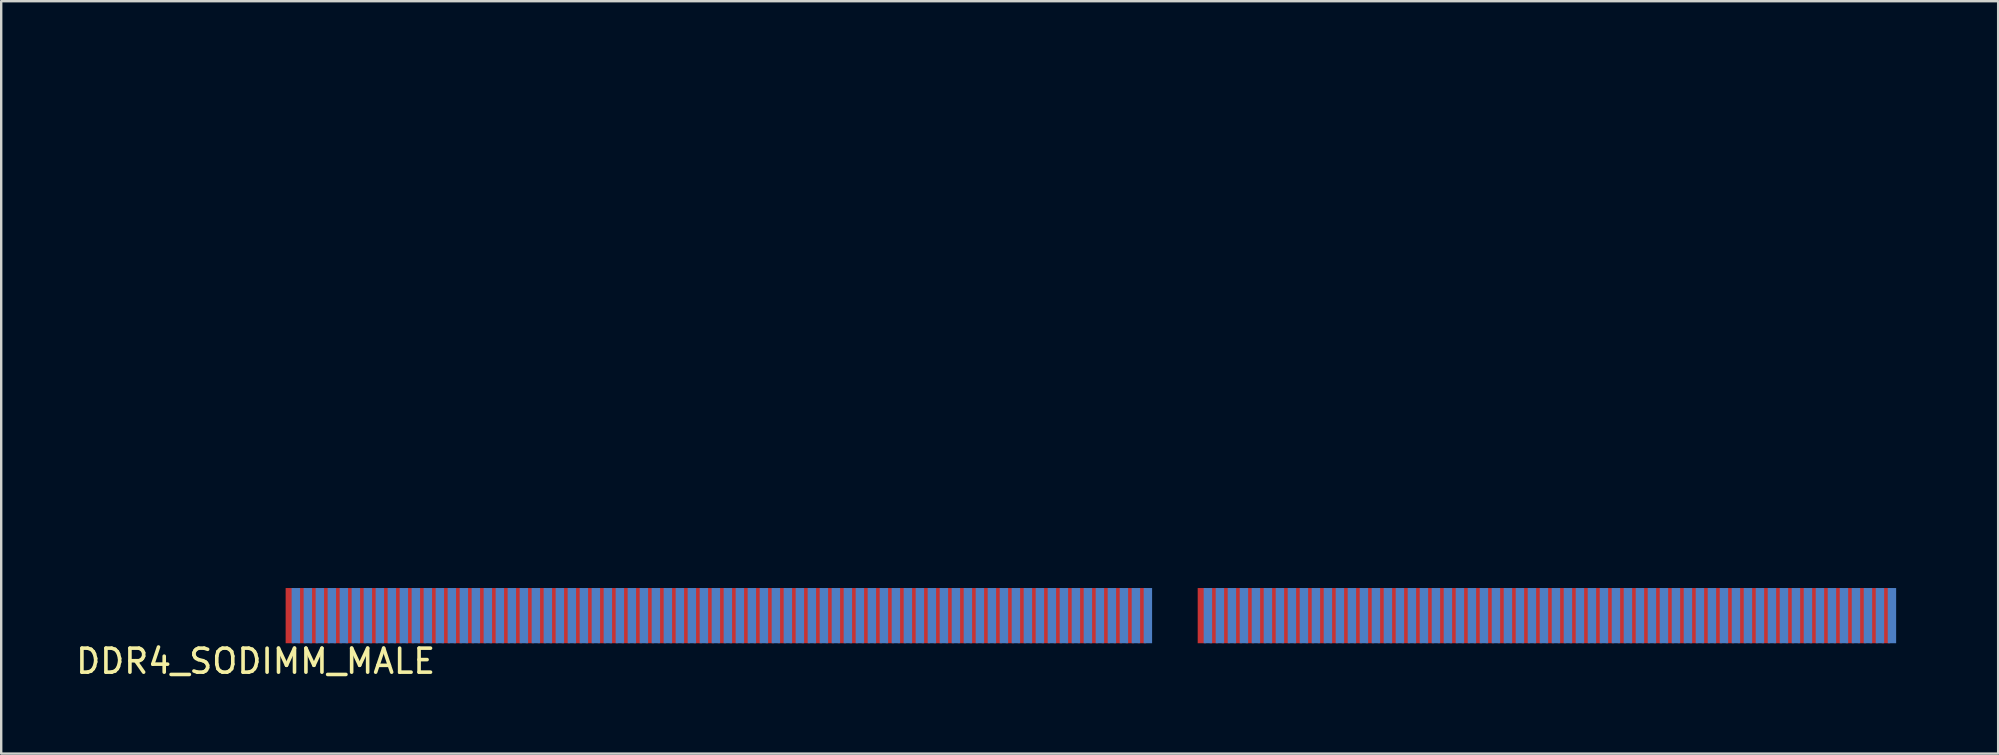
<source format=kicad_pcb>
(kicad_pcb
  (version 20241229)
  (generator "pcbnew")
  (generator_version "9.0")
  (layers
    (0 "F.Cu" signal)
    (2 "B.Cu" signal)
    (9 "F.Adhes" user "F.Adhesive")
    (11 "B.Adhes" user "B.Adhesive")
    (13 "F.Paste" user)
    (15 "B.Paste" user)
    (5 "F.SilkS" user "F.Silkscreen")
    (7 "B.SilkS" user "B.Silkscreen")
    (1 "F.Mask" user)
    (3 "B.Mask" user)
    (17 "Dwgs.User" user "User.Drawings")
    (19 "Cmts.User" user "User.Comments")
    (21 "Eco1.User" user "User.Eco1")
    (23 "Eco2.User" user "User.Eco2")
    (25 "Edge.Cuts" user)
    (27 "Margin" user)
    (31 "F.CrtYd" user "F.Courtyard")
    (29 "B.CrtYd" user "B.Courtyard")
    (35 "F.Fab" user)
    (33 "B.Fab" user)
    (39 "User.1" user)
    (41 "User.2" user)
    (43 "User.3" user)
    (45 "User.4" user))
  (footprint "DDR4_SODIMM_MALE"
    (layer "F.Cu")
    (at 7.601 24)
    (property "Reference" "DDR4_SODIMM_MALE" (at 0 0.5 0) (layer "F.SilkS") (effects (font (size 1 1) (thickness 0.15))))
    (attr through_hole)
    (fp_poly (pts (xy 0 -2.55) (xy 37.8 -2.55) (xy 37.8 0) (xy 0 0)) (stroke (width 0.001) (type solid)) (fill yes) (layer "F.Mask"))
    (fp_poly (pts (xy 38.8 -2.55) (xy 69.6 -2.55) (xy 69.6 0) (xy 38.8 0)) (stroke (width 0.001) (type solid)) (fill yes) (layer "F.Mask"))
    (fp_poly (pts (xy 0 -2.55) (xy 37.8 -2.55) (xy 37.8 0) (xy 0 0)) (stroke (width 0.001) (type solid)) (fill yes) (layer "B.Mask"))
    (fp_poly (pts (xy 38.8 -2.55) (xy 69.6 -2.55) (xy 69.6 0) (xy 38.8 0)) (stroke (width 0.001) (type solid)) (fill yes) (layer "B.Mask"))
    (fp_line (start 0 -24) (end 1 -24) (stroke (width 0.001) (type solid)) (layer "Edge.Cuts"))
    (fp_line (start 0 -20) (end 0 -0.25) (stroke (width 0.001) (type solid)) (layer "Edge.Cuts"))
    (fp_line (start 0 -20) (end 1 -20) (stroke (width 0.001) (type solid)) (layer "Edge.Cuts"))
    (fp_line (start 0.25 0) (end 37.8 0) (stroke (width 0.001) (type solid)) (layer "Edge.Cuts"))
    (fp_line (start 2 -21) (end 2 -23) (stroke (width 0.001) (type solid)) (layer "Edge.Cuts"))
    (fp_line (start 37.8 0) (end 37.8 -3.5) (stroke (width 0.001) (type solid)) (layer "Edge.Cuts"))
    (fp_line (start 38.8 0) (end 38.8 -3.5) (stroke (width 0.001) (type solid)) (layer "Edge.Cuts"))
    (fp_line (start 38.8 0) (end 69.35 0) (stroke (width 0.001) (type solid)) (layer "Edge.Cuts"))
    (fp_line (start 67.6 -21) (end 67.6 -23) (stroke (width 0.001) (type solid)) (layer "Edge.Cuts"))
    (fp_line (start 69.6 -24) (end 68.6 -24) (stroke (width 0.001) (type solid)) (layer "Edge.Cuts"))
    (fp_line (start 69.6 -20) (end 68.6 -20) (stroke (width 0.001) (type solid)) (layer "Edge.Cuts"))
    (fp_line (start 69.6 -20) (end 69.6 -0.25) (stroke (width 0.001) (type solid)) (layer "Edge.Cuts"))
    (fp_arc (start 0.25 0) (mid 0.073223 -0.073223) (end 0 -0.25) (stroke (width 0.001) (type solid)) (layer "Edge.Cuts"))
    (fp_arc (start 1 -24) (mid 1.707107 -23.707107) (end 2 -23) (stroke (width 0.001) (type solid)) (layer "Edge.Cuts"))
    (fp_arc (start 2 -21) (mid 1.707107 -20.292893) (end 1 -20) (stroke (width 0.001) (type solid)) (layer "Edge.Cuts"))
    (fp_arc (start 37.8 -3.5) (mid 38.3 -4) (end 38.8 -3.5) (stroke (width 0.001) (type solid)) (layer "Edge.Cuts"))
    (fp_arc (start 67.6 -23) (mid 67.892893 -23.707107) (end 68.6 -24) (stroke (width 0.001) (type solid)) (layer "Edge.Cuts"))
    (fp_arc (start 68.6 -20) (mid 67.892893 -20.292893) (end 67.6 -21) (stroke (width 0.001) (type solid)) (layer "Edge.Cuts"))
    (fp_arc (start 69.6 -0.25) (mid 69.526777 -0.073223) (end 69.35 0) (stroke (width 0.001) (type solid)) (layer "Edge.Cuts"))
    (pad "1" connect rect (at 1.425 -1.4) (size 0.35 2.3) (layers "F.Cu" "F.Mask"))
    (pad "2" connect rect (at 1.675 -1.4) (size 0.35 2.3) (layers "B.Cu" "B.Mask"))
    (pad "3" connect rect (at 1.925 -1.4) (size 0.35 2.3) (layers "F.Cu" "F.Mask"))
    (pad "4" connect rect (at 2.175 -1.4) (size 0.35 2.3) (layers "B.Cu" "B.Mask"))
    (pad "5" connect rect (at 2.425 -1.4) (size 0.35 2.3) (layers "F.Cu" "F.Mask"))
    (pad "6" connect rect (at 2.675 -1.4) (size 0.35 2.3) (layers "B.Cu" "B.Mask"))
    (pad "7" connect rect (at 2.925 -1.4) (size 0.35 2.3) (layers "F.Cu" "F.Mask"))
    (pad "8" connect rect (at 3.175 -1.4) (size 0.35 2.3) (layers "B.Cu" "B.Mask"))
    (pad "9" connect rect (at 3.425 -1.4) (size 0.35 2.3) (layers "F.Cu" "F.Mask"))
    (pad "10" connect rect (at 3.675 -1.4) (size 0.35 2.3) (layers "B.Cu" "B.Mask"))
    (pad "11" connect rect (at 3.925 -1.4) (size 0.35 2.3) (layers "F.Cu" "F.Mask"))
    (pad "12" connect rect (at 4.175 -1.4) (size 0.35 2.3) (layers "B.Cu" "B.Mask"))
    (pad "13" connect rect (at 4.425 -1.4) (size 0.35 2.3) (layers "F.Cu" "F.Mask"))
    (pad "14" connect rect (at 4.675 -1.4) (size 0.35 2.3) (layers "B.Cu" "B.Mask"))
    (pad "15" connect rect (at 4.925 -1.4) (size 0.35 2.3) (layers "F.Cu" "F.Mask"))
    (pad "16" connect rect (at 5.175 -1.4) (size 0.35 2.3) (layers "B.Cu" "B.Mask"))
    (pad "17" connect rect (at 5.425 -1.4) (size 0.35 2.3) (layers "F.Cu" "F.Mask"))
    (pad "18" connect rect (at 5.675 -1.4) (size 0.35 2.3) (layers "B.Cu" "B.Mask"))
    (pad "19" connect rect (at 5.925 -1.4) (size 0.35 2.3) (layers "F.Cu" "F.Mask"))
    (pad "20" connect rect (at 6.175 -1.4) (size 0.35 2.3) (layers "B.Cu" "B.Mask"))
    (pad "21" connect rect (at 6.425 -1.4) (size 0.35 2.3) (layers "F.Cu" "F.Mask"))
    (pad "22" connect rect (at 6.675 -1.4) (size 0.35 2.3) (layers "B.Cu" "B.Mask"))
    (pad "23" connect rect (at 6.925 -1.4) (size 0.35 2.3) (layers "F.Cu" "F.Mask"))
    (pad "24" connect rect (at 7.175 -1.4) (size 0.35 2.3) (layers "B.Cu" "B.Mask"))
    (pad "25" connect rect (at 7.425 -1.4) (size 0.35 2.3) (layers "F.Cu" "F.Mask"))
    (pad "26" connect rect (at 7.675 -1.4) (size 0.35 2.3) (layers "B.Cu" "B.Mask"))
    (pad "27" connect rect (at 7.925 -1.4) (size 0.35 2.3) (layers "F.Cu" "F.Mask"))
    (pad "28" connect rect (at 8.175 -1.4) (size 0.35 2.3) (layers "B.Cu" "B.Mask"))
    (pad "29" connect rect (at 8.425 -1.4) (size 0.35 2.3) (layers "F.Cu" "F.Mask"))
    (pad "30" connect rect (at 8.675 -1.4) (size 0.35 2.3) (layers "B.Cu" "B.Mask"))
    (pad "31" connect rect (at 8.925 -1.4) (size 0.35 2.3) (layers "F.Cu" "F.Mask"))
    (pad "32" connect rect (at 9.175 -1.4) (size 0.35 2.3) (layers "B.Cu" "B.Mask"))
    (pad "33" connect rect (at 9.425 -1.4) (size 0.35 2.3) (layers "F.Cu" "F.Mask"))
    (pad "34" connect rect (at 9.675 -1.4) (size 0.35 2.3) (layers "B.Cu" "B.Mask"))
    (pad "35" connect rect (at 9.925 -1.4) (size 0.35 2.3) (layers "F.Cu" "F.Mask"))
    (pad "36" connect rect (at 10.175 -1.4) (size 0.35 2.3) (layers "B.Cu" "B.Mask"))
    (pad "37" connect rect (at 10.425 -1.4) (size 0.35 2.3) (layers "F.Cu" "F.Mask"))
    (pad "38" connect rect (at 10.675 -1.4) (size 0.35 2.3) (layers "B.Cu" "B.Mask"))
    (pad "39" connect rect (at 10.925 -1.4) (size 0.35 2.3) (layers "F.Cu" "F.Mask"))
    (pad "40" connect rect (at 11.175 -1.4) (size 0.35 2.3) (layers "B.Cu" "B.Mask"))
    (pad "41" connect rect (at 11.425 -1.4) (size 0.35 2.3) (layers "F.Cu" "F.Mask"))
    (pad "42" connect rect (at 11.675 -1.4) (size 0.35 2.3) (layers "B.Cu" "B.Mask"))
    (pad "43" connect rect (at 11.925 -1.4) (size 0.35 2.3) (layers "F.Cu" "F.Mask"))
    (pad "44" connect rect (at 12.175 -1.4) (size 0.35 2.3) (layers "B.Cu" "B.Mask"))
    (pad "45" connect rect (at 12.425 -1.4) (size 0.35 2.3) (layers "F.Cu" "F.Mask"))
    (pad "46" connect rect (at 12.675 -1.4) (size 0.35 2.3) (layers "B.Cu" "B.Mask"))
    (pad "47" connect rect (at 12.925 -1.4) (size 0.35 2.3) (layers "F.Cu" "F.Mask"))
    (pad "48" connect rect (at 13.175 -1.4) (size 0.35 2.3) (layers "B.Cu" "B.Mask"))
    (pad "49" connect rect (at 13.425 -1.4) (size 0.35 2.3) (layers "F.Cu" "F.Mask"))
    (pad "50" connect rect (at 13.675 -1.4) (size 0.35 2.3) (layers "B.Cu" "B.Mask"))
    (pad "51" connect rect (at 13.925 -1.4) (size 0.35 2.3) (layers "F.Cu" "F.Mask"))
    (pad "52" connect rect (at 14.175 -1.4) (size 0.35 2.3) (layers "B.Cu" "B.Mask"))
    (pad "53" connect rect (at 14.425 -1.4) (size 0.35 2.3) (layers "F.Cu" "F.Mask"))
    (pad "54" connect rect (at 14.675 -1.4) (size 0.35 2.3) (layers "B.Cu" "B.Mask"))
    (pad "55" connect rect (at 14.925 -1.4) (size 0.35 2.3) (layers "F.Cu" "F.Mask"))
    (pad "56" connect rect (at 15.175 -1.4) (size 0.35 2.3) (layers "B.Cu" "B.Mask"))
    (pad "57" connect rect (at 15.425 -1.4) (size 0.35 2.3) (layers "F.Cu" "F.Mask"))
    (pad "58" connect rect (at 15.675 -1.4) (size 0.35 2.3) (layers "B.Cu" "B.Mask"))
    (pad "59" connect rect (at 15.925 -1.4) (size 0.35 2.3) (layers "F.Cu" "F.Mask"))
    (pad "60" connect rect (at 16.175 -1.4) (size 0.35 2.3) (layers "B.Cu" "B.Mask"))
    (pad "61" connect rect (at 16.425 -1.4) (size 0.35 2.3) (layers "F.Cu" "F.Mask"))
    (pad "62" connect rect (at 16.675 -1.4) (size 0.35 2.3) (layers "B.Cu" "B.Mask"))
    (pad "63" connect rect (at 16.925 -1.4) (size 0.35 2.3) (layers "F.Cu" "F.Mask"))
    (pad "64" connect rect (at 17.175 -1.4) (size 0.35 2.3) (layers "B.Cu" "B.Mask"))
    (pad "65" connect rect (at 17.425 -1.4) (size 0.35 2.3) (layers "F.Cu" "F.Mask"))
    (pad "66" connect rect (at 17.675 -1.4) (size 0.35 2.3) (layers "B.Cu" "B.Mask"))
    (pad "67" connect rect (at 17.925 -1.4) (size 0.35 2.3) (layers "F.Cu" "F.Mask"))
    (pad "68" connect rect (at 18.175 -1.4) (size 0.35 2.3) (layers "B.Cu" "B.Mask"))
    (pad "69" connect rect (at 18.425 -1.4) (size 0.35 2.3) (layers "F.Cu" "F.Mask"))
    (pad "70" connect rect (at 18.675 -1.4) (size 0.35 2.3) (layers "B.Cu" "B.Mask"))
    (pad "71" connect rect (at 18.925 -1.4) (size 0.35 2.3) (layers "F.Cu" "F.Mask"))
    (pad "72" connect rect (at 19.175 -1.4) (size 0.35 2.3) (layers "B.Cu" "B.Mask"))
    (pad "73" connect rect (at 19.425 -1.4) (size 0.35 2.3) (layers "F.Cu" "F.Mask"))
    (pad "74" connect rect (at 19.675 -1.4) (size 0.35 2.3) (layers "B.Cu" "B.Mask"))
    (pad "75" connect rect (at 19.925 -1.4) (size 0.35 2.3) (layers "F.Cu" "F.Mask"))
    (pad "76" connect rect (at 20.175 -1.4) (size 0.35 2.3) (layers "B.Cu" "B.Mask"))
    (pad "77" connect rect (at 20.425 -1.4) (size 0.35 2.3) (layers "F.Cu" "F.Mask"))
    (pad "78" connect rect (at 20.675 -1.4) (size 0.35 2.3) (layers "B.Cu" "B.Mask"))
    (pad "79" connect rect (at 20.925 -1.4) (size 0.35 2.3) (layers "F.Cu" "F.Mask"))
    (pad "80" connect rect (at 21.175 -1.4) (size 0.35 2.3) (layers "B.Cu" "B.Mask"))
    (pad "81" connect rect (at 21.425 -1.4) (size 0.35 2.3) (layers "F.Cu" "F.Mask"))
    (pad "82" connect rect (at 21.675 -1.4) (size 0.35 2.3) (layers "B.Cu" "B.Mask"))
    (pad "83" connect rect (at 21.925 -1.4) (size 0.35 2.3) (layers "F.Cu" "F.Mask"))
    (pad "84" connect rect (at 22.175 -1.4) (size 0.35 2.3) (layers "B.Cu" "B.Mask"))
    (pad "85" connect rect (at 22.425 -1.4) (size 0.35 2.3) (layers "F.Cu" "F.Mask"))
    (pad "86" connect rect (at 22.675 -1.4) (size 0.35 2.3) (layers "B.Cu" "B.Mask"))
    (pad "87" connect rect (at 22.925 -1.4) (size 0.35 2.3) (layers "F.Cu" "F.Mask"))
    (pad "88" connect rect (at 23.175 -1.4) (size 0.35 2.3) (layers "B.Cu" "B.Mask"))
    (pad "89" connect rect (at 23.425 -1.4) (size 0.35 2.3) (layers "F.Cu" "F.Mask"))
    (pad "90" connect rect (at 23.675 -1.4) (size 0.35 2.3) (layers "B.Cu" "B.Mask"))
    (pad "91" connect rect (at 23.925 -1.4) (size 0.35 2.3) (layers "F.Cu" "F.Mask"))
    (pad "92" connect rect (at 24.175 -1.4) (size 0.35 2.3) (layers "B.Cu" "B.Mask"))
    (pad "93" connect rect (at 24.425 -1.4) (size 0.35 2.3) (layers "F.Cu" "F.Mask"))
    (pad "94" connect rect (at 24.675 -1.4) (size 0.35 2.3) (layers "B.Cu" "B.Mask"))
    (pad "95" connect rect (at 24.925 -1.4) (size 0.35 2.3) (layers "F.Cu" "F.Mask"))
    (pad "96" connect rect (at 25.175 -1.4) (size 0.35 2.3) (layers "B.Cu" "B.Mask"))
    (pad "97" connect rect (at 25.425 -1.4) (size 0.35 2.3) (layers "F.Cu" "F.Mask"))
    (pad "98" connect rect (at 25.675 -1.4) (size 0.35 2.3) (layers "B.Cu" "B.Mask"))
    (pad "99" connect rect (at 25.925 -1.4) (size 0.35 2.3) (layers "F.Cu" "F.Mask"))
    (pad "100" connect rect (at 26.175 -1.4) (size 0.35 2.3) (layers "B.Cu" "B.Mask"))
    (pad "101" connect rect (at 26.425 -1.4) (size 0.35 2.3) (layers "F.Cu" "F.Mask"))
    (pad "102" connect rect (at 26.675 -1.4) (size 0.35 2.3) (layers "B.Cu" "B.Mask"))
    (pad "103" connect rect (at 26.925 -1.4) (size 0.35 2.3) (layers "F.Cu" "F.Mask"))
    (pad "104" connect rect (at 27.175 -1.4) (size 0.35 2.3) (layers "B.Cu" "B.Mask"))
    (pad "105" connect rect (at 27.425 -1.4) (size 0.35 2.3) (layers "F.Cu" "F.Mask"))
    (pad "106" connect rect (at 27.675 -1.4) (size 0.35 2.3) (layers "B.Cu" "B.Mask"))
    (pad "107" connect rect (at 27.925 -1.4) (size 0.35 2.3) (layers "F.Cu" "F.Mask"))
    (pad "108" connect rect (at 28.175 -1.4) (size 0.35 2.3) (layers "B.Cu" "B.Mask"))
    (pad "109" connect rect (at 28.425 -1.4) (size 0.35 2.3) (layers "F.Cu" "F.Mask"))
    (pad "110" connect rect (at 28.675 -1.4) (size 0.35 2.3) (layers "B.Cu" "B.Mask"))
    (pad "111" connect rect (at 28.925 -1.4) (size 0.35 2.3) (layers "F.Cu" "F.Mask"))
    (pad "112" connect rect (at 29.175 -1.4) (size 0.35 2.3) (layers "B.Cu" "B.Mask"))
    (pad "113" connect rect (at 29.425 -1.4) (size 0.35 2.3) (layers "F.Cu" "F.Mask"))
    (pad "114" connect rect (at 29.675 -1.4) (size 0.35 2.3) (layers "B.Cu" "B.Mask"))
    (pad "115" connect rect (at 29.925 -1.4) (size 0.35 2.3) (layers "F.Cu" "F.Mask"))
    (pad "116" connect rect (at 30.175 -1.4) (size 0.35 2.3) (layers "B.Cu" "B.Mask"))
    (pad "117" connect rect (at 30.425 -1.4) (size 0.35 2.3) (layers "F.Cu" "F.Mask"))
    (pad "118" connect rect (at 30.675 -1.4) (size 0.35 2.3) (layers "B.Cu" "B.Mask"))
    (pad "119" connect rect (at 30.925 -1.4) (size 0.35 2.3) (layers "F.Cu" "F.Mask"))
    (pad "120" connect rect (at 31.175 -1.4) (size 0.35 2.3) (layers "B.Cu" "B.Mask"))
    (pad "121" connect rect (at 31.425 -1.4) (size 0.35 2.3) (layers "F.Cu" "F.Mask"))
    (pad "122" connect rect (at 31.675 -1.4) (size 0.35 2.3) (layers "B.Cu" "B.Mask"))
    (pad "123" connect rect (at 31.925 -1.4) (size 0.35 2.3) (layers "F.Cu" "F.Mask"))
    (pad "124" connect rect (at 32.175 -1.4) (size 0.35 2.3) (layers "B.Cu" "B.Mask"))
    (pad "125" connect rect (at 32.425 -1.4) (size 0.35 2.3) (layers "F.Cu" "F.Mask"))
    (pad "126" connect rect (at 32.675 -1.4) (size 0.35 2.3) (layers "B.Cu" "B.Mask"))
    (pad "127" connect rect (at 32.925 -1.4) (size 0.35 2.3) (layers "F.Cu" "F.Mask"))
    (pad "128" connect rect (at 33.175 -1.4) (size 0.35 2.3) (layers "B.Cu" "B.Mask"))
    (pad "129" connect rect (at 33.425 -1.4) (size 0.35 2.3) (layers "F.Cu" "F.Mask"))
    (pad "130" connect rect (at 33.675 -1.4) (size 0.35 2.3) (layers "B.Cu" "B.Mask"))
    (pad "131" connect rect (at 33.925 -1.4) (size 0.35 2.3) (layers "F.Cu" "F.Mask"))
    (pad "132" connect rect (at 34.175 -1.4) (size 0.35 2.3) (layers "B.Cu" "B.Mask"))
    (pad "133" connect rect (at 34.425 -1.4) (size 0.35 2.3) (layers "F.Cu" "F.Mask"))
    (pad "134" connect rect (at 34.675 -1.4) (size 0.35 2.3) (layers "B.Cu" "B.Mask"))
    (pad "135" connect rect (at 34.925 -1.4) (size 0.35 2.3) (layers "F.Cu" "F.Mask"))
    (pad "136" connect rect (at 35.175 -1.4) (size 0.35 2.3) (layers "B.Cu" "B.Mask"))
    (pad "137" connect rect (at 35.425 -1.4) (size 0.35 2.3) (layers "F.Cu" "F.Mask"))
    (pad "138" connect rect (at 35.675 -1.4) (size 0.35 2.3) (layers "B.Cu" "B.Mask"))
    (pad "139" connect rect (at 35.925 -1.4) (size 0.35 2.3) (layers "F.Cu" "F.Mask"))
    (pad "140" connect rect (at 36.175 -1.4) (size 0.35 2.3) (layers "B.Cu" "B.Mask"))
    (pad "141" connect rect (at 36.425 -1.4) (size 0.35 2.3) (layers "F.Cu" "F.Mask"))
    (pad "142" connect rect (at 36.675 -1.4) (size 0.35 2.3) (layers "B.Cu" "B.Mask"))
    (pad "143" connect rect (at 36.925 -1.4) (size 0.35 2.3) (layers "F.Cu" "F.Mask"))
    (pad "144" connect rect (at 37.175 -1.4) (size 0.35 2.3) (layers "B.Cu" "B.Mask"))
    (pad "145" connect rect (at 39.425 -1.4) (size 0.35 2.3) (layers "F.Cu" "F.Mask"))
    (pad "146" connect rect (at 39.675 -1.4) (size 0.35 2.3) (layers "B.Cu" "B.Mask"))
    (pad "147" connect rect (at 39.925 -1.4) (size 0.35 2.3) (layers "F.Cu" "F.Mask"))
    (pad "148" connect rect (at 40.175 -1.4) (size 0.35 2.3) (layers "B.Cu" "B.Mask"))
    (pad "149" connect rect (at 40.425 -1.4) (size 0.35 2.3) (layers "F.Cu" "F.Mask"))
    (pad "150" connect rect (at 40.675 -1.4) (size 0.35 2.3) (layers "B.Cu" "B.Mask"))
    (pad "151" connect rect (at 40.925 -1.4) (size 0.35 2.3) (layers "F.Cu" "F.Mask"))
    (pad "152" connect rect (at 41.175 -1.4) (size 0.35 2.3) (layers "B.Cu" "B.Mask"))
    (pad "153" connect rect (at 41.425 -1.4) (size 0.35 2.3) (layers "F.Cu" "F.Mask"))
    (pad "154" connect rect (at 41.675 -1.4) (size 0.35 2.3) (layers "B.Cu" "B.Mask"))
    (pad "155" connect rect (at 41.925 -1.4) (size 0.35 2.3) (layers "F.Cu" "F.Mask"))
    (pad "156" connect rect (at 42.175 -1.4) (size 0.35 2.3) (layers "B.Cu" "B.Mask"))
    (pad "157" connect rect (at 42.425 -1.4) (size 0.35 2.3) (layers "F.Cu" "F.Mask"))
    (pad "158" connect rect (at 42.675 -1.4) (size 0.35 2.3) (layers "B.Cu" "B.Mask"))
    (pad "159" connect rect (at 42.925 -1.4) (size 0.35 2.3) (layers "F.Cu" "F.Mask"))
    (pad "160" connect rect (at 43.175 -1.4) (size 0.35 2.3) (layers "B.Cu" "B.Mask"))
    (pad "161" connect rect (at 43.425 -1.4) (size 0.35 2.3) (layers "F.Cu" "F.Mask"))
    (pad "162" connect rect (at 43.675 -1.4) (size 0.35 2.3) (layers "B.Cu" "B.Mask"))
    (pad "163" connect rect (at 43.925 -1.4) (size 0.35 2.3) (layers "F.Cu" "F.Mask"))
    (pad "164" connect rect (at 44.175 -1.4) (size 0.35 2.3) (layers "B.Cu" "B.Mask"))
    (pad "165" connect rect (at 44.425 -1.4) (size 0.35 2.3) (layers "F.Cu" "F.Mask"))
    (pad "166" connect rect (at 44.675 -1.4) (size 0.35 2.3) (layers "B.Cu" "B.Mask"))
    (pad "167" connect rect (at 44.925 -1.4) (size 0.35 2.3) (layers "F.Cu" "F.Mask"))
    (pad "168" connect rect (at 45.175 -1.4) (size 0.35 2.3) (layers "B.Cu" "B.Mask"))
    (pad "169" connect rect (at 45.425 -1.4) (size 0.35 2.3) (layers "F.Cu" "F.Mask"))
    (pad "170" connect rect (at 45.675 -1.4) (size 0.35 2.3) (layers "B.Cu" "B.Mask"))
    (pad "171" connect rect (at 45.925 -1.4) (size 0.35 2.3) (layers "F.Cu" "F.Mask"))
    (pad "172" connect rect (at 46.175 -1.4) (size 0.35 2.3) (layers "B.Cu" "B.Mask"))
    (pad "173" connect rect (at 46.425 -1.4) (size 0.35 2.3) (layers "F.Cu" "F.Mask"))
    (pad "174" connect rect (at 46.675 -1.4) (size 0.35 2.3) (layers "B.Cu" "B.Mask"))
    (pad "175" connect rect (at 46.925 -1.4) (size 0.35 2.3) (layers "F.Cu" "F.Mask"))
    (pad "176" connect rect (at 47.175 -1.4) (size 0.35 2.3) (layers "B.Cu" "B.Mask"))
    (pad "177" connect rect (at 47.425 -1.4) (size 0.35 2.3) (layers "F.Cu" "F.Mask"))
    (pad "178" connect rect (at 47.675 -1.4) (size 0.35 2.3) (layers "B.Cu" "B.Mask"))
    (pad "179" connect rect (at 47.925 -1.4) (size 0.35 2.3) (layers "F.Cu" "F.Mask"))
    (pad "180" connect rect (at 48.175 -1.4) (size 0.35 2.3) (layers "B.Cu" "B.Mask"))
    (pad "181" connect rect (at 48.425 -1.4) (size 0.35 2.3) (layers "F.Cu" "F.Mask"))
    (pad "182" connect rect (at 48.675 -1.4) (size 0.35 2.3) (layers "B.Cu" "B.Mask"))
    (pad "183" connect rect (at 48.925 -1.4) (size 0.35 2.3) (layers "F.Cu" "F.Mask"))
    (pad "184" connect rect (at 49.175 -1.4) (size 0.35 2.3) (layers "B.Cu" "B.Mask"))
    (pad "185" connect rect (at 49.425 -1.4) (size 0.35 2.3) (layers "F.Cu" "F.Mask"))
    (pad "186" connect rect (at 49.675 -1.4) (size 0.35 2.3) (layers "B.Cu" "B.Mask"))
    (pad "187" connect rect (at 49.925 -1.4) (size 0.35 2.3) (layers "F.Cu" "F.Mask"))
    (pad "188" connect rect (at 50.175 -1.4) (size 0.35 2.3) (layers "B.Cu" "B.Mask"))
    (pad "189" connect rect (at 50.425 -1.4) (size 0.35 2.3) (layers "F.Cu" "F.Mask"))
    (pad "190" connect rect (at 50.675 -1.4) (size 0.35 2.3) (layers "B.Cu" "B.Mask"))
    (pad "191" connect rect (at 50.925 -1.4) (size 0.35 2.3) (layers "F.Cu" "F.Mask"))
    (pad "192" connect rect (at 51.175 -1.4) (size 0.35 2.3) (layers "B.Cu" "B.Mask"))
    (pad "193" connect rect (at 51.425 -1.4) (size 0.35 2.3) (layers "F.Cu" "F.Mask"))
    (pad "194" connect rect (at 51.675 -1.4) (size 0.35 2.3) (layers "B.Cu" "B.Mask"))
    (pad "195" connect rect (at 51.925 -1.4) (size 0.35 2.3) (layers "F.Cu" "F.Mask"))
    (pad "196" connect rect (at 52.175 -1.4) (size 0.35 2.3) (layers "B.Cu" "B.Mask"))
    (pad "197" connect rect (at 52.425 -1.4) (size 0.35 2.3) (layers "F.Cu" "F.Mask"))
    (pad "198" connect rect (at 52.675 -1.4) (size 0.35 2.3) (layers "B.Cu" "B.Mask"))
    (pad "199" connect rect (at 52.925 -1.4) (size 0.35 2.3) (layers "F.Cu" "F.Mask"))
    (pad "200" connect rect (at 53.175 -1.4) (size 0.35 2.3) (layers "B.Cu" "B.Mask"))
    (pad "201" connect rect (at 53.425 -1.4) (size 0.35 2.3) (layers "F.Cu" "F.Mask"))
    (pad "202" connect rect (at 53.675 -1.4) (size 0.35 2.3) (layers "B.Cu" "B.Mask"))
    (pad "203" connect rect (at 53.925 -1.4) (size 0.35 2.3) (layers "F.Cu" "F.Mask"))
    (pad "204" connect rect (at 54.175 -1.4) (size 0.35 2.3) (layers "B.Cu" "B.Mask"))
    (pad "205" connect rect (at 54.425 -1.4) (size 0.35 2.3) (layers "F.Cu" "F.Mask"))
    (pad "206" connect rect (at 54.675 -1.4) (size 0.35 2.3) (layers "B.Cu" "B.Mask"))
    (pad "207" connect rect (at 54.925 -1.4) (size 0.35 2.3) (layers "F.Cu" "F.Mask"))
    (pad "208" connect rect (at 55.175 -1.4) (size 0.35 2.3) (layers "B.Cu" "B.Mask"))
    (pad "209" connect rect (at 55.425 -1.4) (size 0.35 2.3) (layers "F.Cu" "F.Mask"))
    (pad "210" connect rect (at 55.675 -1.4) (size 0.35 2.3) (layers "B.Cu" "B.Mask"))
    (pad "211" connect rect (at 55.925 -1.4) (size 0.35 2.3) (layers "F.Cu" "F.Mask"))
    (pad "212" connect rect (at 56.175 -1.4) (size 0.35 2.3) (layers "B.Cu" "B.Mask"))
    (pad "213" connect rect (at 56.425 -1.4) (size 0.35 2.3) (layers "F.Cu" "F.Mask"))
    (pad "214" connect rect (at 56.675 -1.4) (size 0.35 2.3) (layers "B.Cu" "B.Mask"))
    (pad "215" connect rect (at 56.925 -1.4) (size 0.35 2.3) (layers "F.Cu" "F.Mask"))
    (pad "216" connect rect (at 57.175 -1.4) (size 0.35 2.3) (layers "B.Cu" "B.Mask"))
    (pad "217" connect rect (at 57.425 -1.4) (size 0.35 2.3) (layers "F.Cu" "F.Mask"))
    (pad "218" connect rect (at 57.675 -1.4) (size 0.35 2.3) (layers "B.Cu" "B.Mask"))
    (pad "219" connect rect (at 57.925 -1.4) (size 0.35 2.3) (layers "F.Cu" "F.Mask"))
    (pad "220" connect rect (at 58.175 -1.4) (size 0.35 2.3) (layers "B.Cu" "B.Mask"))
    (pad "221" connect rect (at 58.425 -1.4) (size 0.35 2.3) (layers "F.Cu" "F.Mask"))
    (pad "222" connect rect (at 58.675 -1.4) (size 0.35 2.3) (layers "B.Cu" "B.Mask"))
    (pad "223" connect rect (at 58.925 -1.4) (size 0.35 2.3) (layers "F.Cu" "F.Mask"))
    (pad "224" connect rect (at 59.175 -1.4) (size 0.35 2.3) (layers "B.Cu" "B.Mask"))
    (pad "225" connect rect (at 59.425 -1.4) (size 0.35 2.3) (layers "F.Cu" "F.Mask"))
    (pad "226" connect rect (at 59.675 -1.4) (size 0.35 2.3) (layers "B.Cu" "B.Mask"))
    (pad "227" connect rect (at 59.925 -1.4) (size 0.35 2.3) (layers "F.Cu" "F.Mask"))
    (pad "228" connect rect (at 60.175 -1.4) (size 0.35 2.3) (layers "B.Cu" "B.Mask"))
    (pad "229" connect rect (at 60.425 -1.4) (size 0.35 2.3) (layers "F.Cu" "F.Mask"))
    (pad "230" connect rect (at 60.675 -1.4) (size 0.35 2.3) (layers "B.Cu" "B.Mask"))
    (pad "231" connect rect (at 60.925 -1.4) (size 0.35 2.3) (layers "F.Cu" "F.Mask"))
    (pad "232" connect rect (at 61.175 -1.4) (size 0.35 2.3) (layers "B.Cu" "B.Mask"))
    (pad "233" connect rect (at 61.425 -1.4) (size 0.35 2.3) (layers "F.Cu" "F.Mask"))
    (pad "234" connect rect (at 61.675 -1.4) (size 0.35 2.3) (layers "B.Cu" "B.Mask"))
    (pad "235" connect rect (at 61.925 -1.4) (size 0.35 2.3) (layers "F.Cu" "F.Mask"))
    (pad "236" connect rect (at 62.175 -1.4) (size 0.35 2.3) (layers "B.Cu" "B.Mask"))
    (pad "237" connect rect (at 62.425 -1.4) (size 0.35 2.3) (layers "F.Cu" "F.Mask"))
    (pad "238" connect rect (at 62.675 -1.4) (size 0.35 2.3) (layers "B.Cu" "B.Mask"))
    (pad "239" connect rect (at 62.925 -1.4) (size 0.35 2.3) (layers "F.Cu" "F.Mask"))
    (pad "240" connect rect (at 63.175 -1.4) (size 0.35 2.3) (layers "B.Cu" "B.Mask"))
    (pad "241" connect rect (at 63.425 -1.4) (size 0.35 2.3) (layers "F.Cu" "F.Mask"))
    (pad "242" connect rect (at 63.675 -1.4) (size 0.35 2.3) (layers "B.Cu" "B.Mask"))
    (pad "243" connect rect (at 63.925 -1.4) (size 0.35 2.3) (layers "F.Cu" "F.Mask"))
    (pad "244" connect rect (at 64.175 -1.4) (size 0.35 2.3) (layers "B.Cu" "B.Mask"))
    (pad "245" connect rect (at 64.425 -1.4) (size 0.35 2.3) (layers "F.Cu" "F.Mask"))
    (pad "246" connect rect (at 64.675 -1.4) (size 0.35 2.3) (layers "B.Cu" "B.Mask"))
    (pad "247" connect rect (at 64.925 -1.4) (size 0.35 2.3) (layers "F.Cu" "F.Mask"))
    (pad "248" connect rect (at 65.175 -1.4) (size 0.35 2.3) (layers "B.Cu" "B.Mask"))
    (pad "249" connect rect (at 65.425 -1.4) (size 0.35 2.3) (layers "F.Cu" "F.Mask"))
    (pad "250" connect rect (at 65.675 -1.4) (size 0.35 2.3) (layers "B.Cu" "B.Mask"))
    (pad "251" connect rect (at 65.925 -1.4) (size 0.35 2.3) (layers "F.Cu" "F.Mask"))
    (pad "252" connect rect (at 66.175 -1.4) (size 0.35 2.3) (layers "B.Cu" "B.Mask"))
    (pad "253" connect rect (at 66.425 -1.4) (size 0.35 2.3) (layers "F.Cu" "F.Mask"))
    (pad "254" connect rect (at 66.675 -1.4) (size 0.35 2.3) (layers "B.Cu" "B.Mask"))
    (pad "255" connect rect (at 66.925 -1.4) (size 0.35 2.3) (layers "F.Cu" "F.Mask"))
    (pad "256" connect rect (at 67.175 -1.4) (size 0.35 2.3) (layers "B.Cu" "B.Mask"))
    (pad "257" connect rect (at 67.425 -1.4) (size 0.35 2.3) (layers "F.Cu" "F.Mask"))
    (pad "258" connect rect (at 67.675 -1.4) (size 0.35 2.3) (layers "B.Cu" "B.Mask"))
    (pad "259" connect rect (at 67.925 -1.4) (size 0.35 2.3) (layers "F.Cu" "F.Mask"))
    (pad "260" connect rect (at 68.175 -1.4) (size 0.35 2.3) (layers "B.Cu" "B.Mask")))
  (gr_rect
    (start -3 -3)
    (end 80.202 28.349)
    (stroke (width 0.1) (type default))
    (fill no)
    (layer "Edge.Cuts")))
</source>
